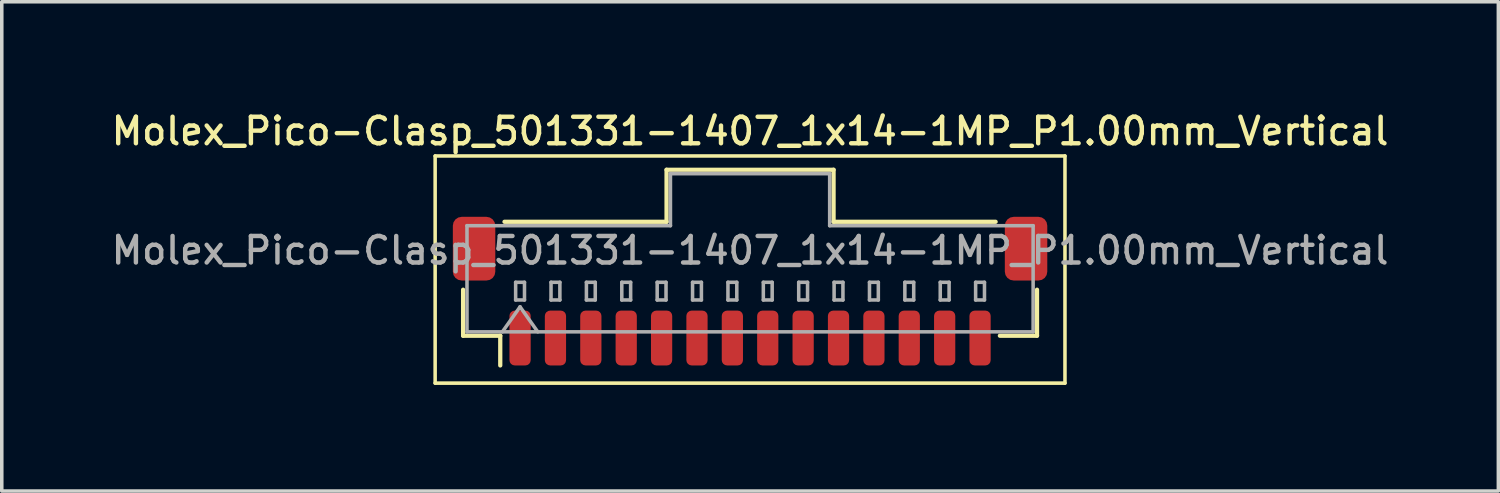
<source format=kicad_pcb>
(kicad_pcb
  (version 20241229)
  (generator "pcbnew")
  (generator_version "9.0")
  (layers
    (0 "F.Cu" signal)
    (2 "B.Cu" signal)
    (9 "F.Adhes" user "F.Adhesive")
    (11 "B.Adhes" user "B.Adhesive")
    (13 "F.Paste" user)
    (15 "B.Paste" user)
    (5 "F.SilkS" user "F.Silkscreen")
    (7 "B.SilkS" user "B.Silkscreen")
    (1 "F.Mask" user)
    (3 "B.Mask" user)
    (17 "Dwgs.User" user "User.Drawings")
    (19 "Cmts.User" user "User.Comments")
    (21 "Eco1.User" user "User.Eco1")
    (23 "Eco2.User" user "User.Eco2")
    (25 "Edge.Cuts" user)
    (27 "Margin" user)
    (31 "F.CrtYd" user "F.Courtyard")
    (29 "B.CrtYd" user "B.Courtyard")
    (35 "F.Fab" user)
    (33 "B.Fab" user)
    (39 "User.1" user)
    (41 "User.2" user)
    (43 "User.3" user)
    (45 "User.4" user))
  (footprint "Molex_Pico-Clasp_501331-1407_1x14-1MP_P1.00mm_Vertical"
    (layer "F.Cu")
    (at 18.148 5.178)
    (property "Reference" "Molex_Pico-Clasp_501331-1407_1x14-1MP_P1.00mm_Vertical" (at 0 -4.52 0) (layer "F.SilkS") (effects (font (size 0.75 0.75) (thickness 0.125))))
    (attr smd)
    (fp_line (start -8.9 -3.82) (end -8.9 2.6) (stroke (width 0.1) (type solid)) (layer "F.SilkS"))
    (fp_line (start -8.9 2.6) (end 8.9 2.6) (stroke (width 0.1) (type solid)) (layer "F.SilkS"))
    (fp_line (start -8.11 -0.04) (end -8.11 1.26) (stroke (width 0.12) (type solid)) (layer "F.SilkS"))
    (fp_line (start -8.11 1.26) (end -7.06 1.26) (stroke (width 0.12) (type solid)) (layer "F.SilkS"))
    (fp_line (start -7.06 1.26) (end -7.06 2.1) (stroke (width 0.12) (type solid)) (layer "F.SilkS"))
    (fp_line (start -6.94 -1.96) (end -2.36 -1.96) (stroke (width 0.12) (type solid)) (layer "F.SilkS"))
    (fp_line (start -2.36 -3.43) (end 2.36 -3.43) (stroke (width 0.12) (type solid)) (layer "F.SilkS"))
    (fp_line (start -2.36 -1.96) (end -2.36 -3.43) (stroke (width 0.12) (type solid)) (layer "F.SilkS"))
    (fp_line (start 2.36 -3.43) (end 2.36 -1.96) (stroke (width 0.12) (type solid)) (layer "F.SilkS"))
    (fp_line (start 2.36 -1.96) (end 6.94 -1.96) (stroke (width 0.12) (type solid)) (layer "F.SilkS"))
    (fp_line (start 8.11 -0.04) (end 8.11 1.26) (stroke (width 0.12) (type solid)) (layer "F.SilkS"))
    (fp_line (start 8.11 1.26) (end 7.06 1.26) (stroke (width 0.12) (type solid)) (layer "F.SilkS"))
    (fp_line (start 8.9 -3.82) (end -8.9 -3.82) (stroke (width 0.1) (type solid)) (layer "F.SilkS"))
    (fp_line (start 8.9 2.6) (end 8.9 -3.82) (stroke (width 0.1) (type solid)) (layer "F.SilkS"))
    (fp_line (start -8 -1.85) (end -2.25 -1.85) (stroke (width 0.1) (type solid)) (layer "F.Fab"))
    (fp_line (start -8 1.15) (end -8 -1.85) (stroke (width 0.1) (type solid)) (layer "F.Fab"))
    (fp_line (start -8 1.15) (end 8 1.15) (stroke (width 0.1) (type solid)) (layer "F.Fab"))
    (fp_line (start -7 1.15) (end -6.5 0.443) (stroke (width 0.1) (type solid)) (layer "F.Fab"))
    (fp_line (start -6.625 -0.25) (end -6.625 0.25) (stroke (width 0.1) (type solid)) (layer "F.Fab"))
    (fp_line (start -6.625 0.25) (end -6.375 0.25) (stroke (width 0.1) (type solid)) (layer "F.Fab"))
    (fp_line (start -6.5 0.443) (end -6 1.15) (stroke (width 0.1) (type solid)) (layer "F.Fab"))
    (fp_line (start -6.375 -0.25) (end -6.625 -0.25) (stroke (width 0.1) (type solid)) (layer "F.Fab"))
    (fp_line (start -6.375 0.25) (end -6.375 -0.25) (stroke (width 0.1) (type solid)) (layer "F.Fab"))
    (fp_line (start -5.625 -0.25) (end -5.625 0.25) (stroke (width 0.1) (type solid)) (layer "F.Fab"))
    (fp_line (start -5.625 0.25) (end -5.375 0.25) (stroke (width 0.1) (type solid)) (layer "F.Fab"))
    (fp_line (start -5.375 -0.25) (end -5.625 -0.25) (stroke (width 0.1) (type solid)) (layer "F.Fab"))
    (fp_line (start -5.375 0.25) (end -5.375 -0.25) (stroke (width 0.1) (type solid)) (layer "F.Fab"))
    (fp_line (start -4.625 -0.25) (end -4.625 0.25) (stroke (width 0.1) (type solid)) (layer "F.Fab"))
    (fp_line (start -4.625 0.25) (end -4.375 0.25) (stroke (width 0.1) (type solid)) (layer "F.Fab"))
    (fp_line (start -4.375 -0.25) (end -4.625 -0.25) (stroke (width 0.1) (type solid)) (layer "F.Fab"))
    (fp_line (start -4.375 0.25) (end -4.375 -0.25) (stroke (width 0.1) (type solid)) (layer "F.Fab"))
    (fp_line (start -3.625 -0.25) (end -3.625 0.25) (stroke (width 0.1) (type solid)) (layer "F.Fab"))
    (fp_line (start -3.625 0.25) (end -3.375 0.25) (stroke (width 0.1) (type solid)) (layer "F.Fab"))
    (fp_line (start -3.375 -0.25) (end -3.625 -0.25) (stroke (width 0.1) (type solid)) (layer "F.Fab"))
    (fp_line (start -3.375 0.25) (end -3.375 -0.25) (stroke (width 0.1) (type solid)) (layer "F.Fab"))
    (fp_line (start -2.625 -0.25) (end -2.625 0.25) (stroke (width 0.1) (type solid)) (layer "F.Fab"))
    (fp_line (start -2.625 0.25) (end -2.375 0.25) (stroke (width 0.1) (type solid)) (layer "F.Fab"))
    (fp_line (start -2.375 -0.25) (end -2.625 -0.25) (stroke (width 0.1) (type solid)) (layer "F.Fab"))
    (fp_line (start -2.375 0.25) (end -2.375 -0.25) (stroke (width 0.1) (type solid)) (layer "F.Fab"))
    (fp_line (start -2.25 -3.32) (end 2.25 -3.32) (stroke (width 0.1) (type solid)) (layer "F.Fab"))
    (fp_line (start -2.25 -1.85) (end -2.25 -3.32) (stroke (width 0.1) (type solid)) (layer "F.Fab"))
    (fp_line (start -1.625 -0.25) (end -1.625 0.25) (stroke (width 0.1) (type solid)) (layer "F.Fab"))
    (fp_line (start -1.625 0.25) (end -1.375 0.25) (stroke (width 0.1) (type solid)) (layer "F.Fab"))
    (fp_line (start -1.375 -0.25) (end -1.625 -0.25) (stroke (width 0.1) (type solid)) (layer "F.Fab"))
    (fp_line (start -1.375 0.25) (end -1.375 -0.25) (stroke (width 0.1) (type solid)) (layer "F.Fab"))
    (fp_line (start -0.625 -0.25) (end -0.625 0.25) (stroke (width 0.1) (type solid)) (layer "F.Fab"))
    (fp_line (start -0.625 0.25) (end -0.375 0.25) (stroke (width 0.1) (type solid)) (layer "F.Fab"))
    (fp_line (start -0.375 -0.25) (end -0.625 -0.25) (stroke (width 0.1) (type solid)) (layer "F.Fab"))
    (fp_line (start -0.375 0.25) (end -0.375 -0.25) (stroke (width 0.1) (type solid)) (layer "F.Fab"))
    (fp_line (start 0.375 -0.25) (end 0.375 0.25) (stroke (width 0.1) (type solid)) (layer "F.Fab"))
    (fp_line (start 0.375 0.25) (end 0.625 0.25) (stroke (width 0.1) (type solid)) (layer "F.Fab"))
    (fp_line (start 0.625 -0.25) (end 0.375 -0.25) (stroke (width 0.1) (type solid)) (layer "F.Fab"))
    (fp_line (start 0.625 0.25) (end 0.625 -0.25) (stroke (width 0.1) (type solid)) (layer "F.Fab"))
    (fp_line (start 1.375 -0.25) (end 1.375 0.25) (stroke (width 0.1) (type solid)) (layer "F.Fab"))
    (fp_line (start 1.375 0.25) (end 1.625 0.25) (stroke (width 0.1) (type solid)) (layer "F.Fab"))
    (fp_line (start 1.625 -0.25) (end 1.375 -0.25) (stroke (width 0.1) (type solid)) (layer "F.Fab"))
    (fp_line (start 1.625 0.25) (end 1.625 -0.25) (stroke (width 0.1) (type solid)) (layer "F.Fab"))
    (fp_line (start 2.25 -3.32) (end 2.25 -1.85) (stroke (width 0.1) (type solid)) (layer "F.Fab"))
    (fp_line (start 2.25 -1.85) (end 8 -1.85) (stroke (width 0.1) (type solid)) (layer "F.Fab"))
    (fp_line (start 2.375 -0.25) (end 2.375 0.25) (stroke (width 0.1) (type solid)) (layer "F.Fab"))
    (fp_line (start 2.375 0.25) (end 2.625 0.25) (stroke (width 0.1) (type solid)) (layer "F.Fab"))
    (fp_line (start 2.625 -0.25) (end 2.375 -0.25) (stroke (width 0.1) (type solid)) (layer "F.Fab"))
    (fp_line (start 2.625 0.25) (end 2.625 -0.25) (stroke (width 0.1) (type solid)) (layer "F.Fab"))
    (fp_line (start 3.375 -0.25) (end 3.375 0.25) (stroke (width 0.1) (type solid)) (layer "F.Fab"))
    (fp_line (start 3.375 0.25) (end 3.625 0.25) (stroke (width 0.1) (type solid)) (layer "F.Fab"))
    (fp_line (start 3.625 -0.25) (end 3.375 -0.25) (stroke (width 0.1) (type solid)) (layer "F.Fab"))
    (fp_line (start 3.625 0.25) (end 3.625 -0.25) (stroke (width 0.1) (type solid)) (layer "F.Fab"))
    (fp_line (start 4.375 -0.25) (end 4.375 0.25) (stroke (width 0.1) (type solid)) (layer "F.Fab"))
    (fp_line (start 4.375 0.25) (end 4.625 0.25) (stroke (width 0.1) (type solid)) (layer "F.Fab"))
    (fp_line (start 4.625 -0.25) (end 4.375 -0.25) (stroke (width 0.1) (type solid)) (layer "F.Fab"))
    (fp_line (start 4.625 0.25) (end 4.625 -0.25) (stroke (width 0.1) (type solid)) (layer "F.Fab"))
    (fp_line (start 5.375 -0.25) (end 5.375 0.25) (stroke (width 0.1) (type solid)) (layer "F.Fab"))
    (fp_line (start 5.375 0.25) (end 5.625 0.25) (stroke (width 0.1) (type solid)) (layer "F.Fab"))
    (fp_line (start 5.625 -0.25) (end 5.375 -0.25) (stroke (width 0.1) (type solid)) (layer "F.Fab"))
    (fp_line (start 5.625 0.25) (end 5.625 -0.25) (stroke (width 0.1) (type solid)) (layer "F.Fab"))
    (fp_line (start 6.375 -0.25) (end 6.375 0.25) (stroke (width 0.1) (type solid)) (layer "F.Fab"))
    (fp_line (start 6.375 0.25) (end 6.625 0.25) (stroke (width 0.1) (type solid)) (layer "F.Fab"))
    (fp_line (start 6.625 -0.25) (end 6.375 -0.25) (stroke (width 0.1) (type solid)) (layer "F.Fab"))
    (fp_line (start 6.625 0.25) (end 6.625 -0.25) (stroke (width 0.1) (type solid)) (layer "F.Fab"))
    (fp_line (start 8 1.15) (end 8 -1.85) (stroke (width 0.1) (type solid)) (layer "F.Fab"))
    (fp_text user "${REFERENCE}" (at 0 -1.15 0) (layer "F.Fab") (effects (font (size 0.75 0.75) (thickness 0.125))))
    (pad "1" smd roundrect (at -6.5 1.325) (size 0.6 1.55) (layers "F.Cu" "F.Mask" "F.Paste") (roundrect_rratio 0.25))
    (pad "2" smd roundrect (at -5.5 1.325) (size 0.6 1.55) (layers "F.Cu" "F.Mask" "F.Paste") (roundrect_rratio 0.25))
    (pad "3" smd roundrect (at -4.5 1.325) (size 0.6 1.55) (layers "F.Cu" "F.Mask" "F.Paste") (roundrect_rratio 0.25))
    (pad "4" smd roundrect (at -3.5 1.325) (size 0.6 1.55) (layers "F.Cu" "F.Mask" "F.Paste") (roundrect_rratio 0.25))
    (pad "5" smd roundrect (at -2.5 1.325) (size 0.6 1.55) (layers "F.Cu" "F.Mask" "F.Paste") (roundrect_rratio 0.25))
    (pad "6" smd roundrect (at -1.5 1.325) (size 0.6 1.55) (layers "F.Cu" "F.Mask" "F.Paste") (roundrect_rratio 0.25))
    (pad "7" smd roundrect (at -0.5 1.325) (size 0.6 1.55) (layers "F.Cu" "F.Mask" "F.Paste") (roundrect_rratio 0.25))
    (pad "8" smd roundrect (at 0.5 1.325) (size 0.6 1.55) (layers "F.Cu" "F.Mask" "F.Paste") (roundrect_rratio 0.25))
    (pad "9" smd roundrect (at 1.5 1.325) (size 0.6 1.55) (layers "F.Cu" "F.Mask" "F.Paste") (roundrect_rratio 0.25))
    (pad "10" smd roundrect (at 2.5 1.325) (size 0.6 1.55) (layers "F.Cu" "F.Mask" "F.Paste") (roundrect_rratio 0.25))
    (pad "11" smd roundrect (at 3.5 1.325) (size 0.6 1.55) (layers "F.Cu" "F.Mask" "F.Paste") (roundrect_rratio 0.25))
    (pad "12" smd roundrect (at 4.5 1.325) (size 0.6 1.55) (layers "F.Cu" "F.Mask" "F.Paste") (roundrect_rratio 0.25))
    (pad "13" smd roundrect (at 5.5 1.325) (size 0.6 1.55) (layers "F.Cu" "F.Mask" "F.Paste") (roundrect_rratio 0.25))
    (pad "14" smd roundrect (at 6.5 1.325) (size 0.6 1.55) (layers "F.Cu" "F.Mask" "F.Paste") (roundrect_rratio 0.25))
    (pad "MP" smd roundrect (at -7.8 -1.2) (size 1.2 1.8) (layers "F.Cu" "F.Mask" "F.Paste") (roundrect_rratio 0.208))
    (pad "MP" smd roundrect (at 7.8 -1.2) (size 1.2 1.8) (layers "F.Cu" "F.Mask" "F.Paste") (roundrect_rratio 0.208)))
  (gr_rect
    (start -3 -3)
    (end 39.296 10.828)
    (stroke (width 0.1) (type default))
    (fill no)
    (layer "Edge.Cuts")))
</source>
